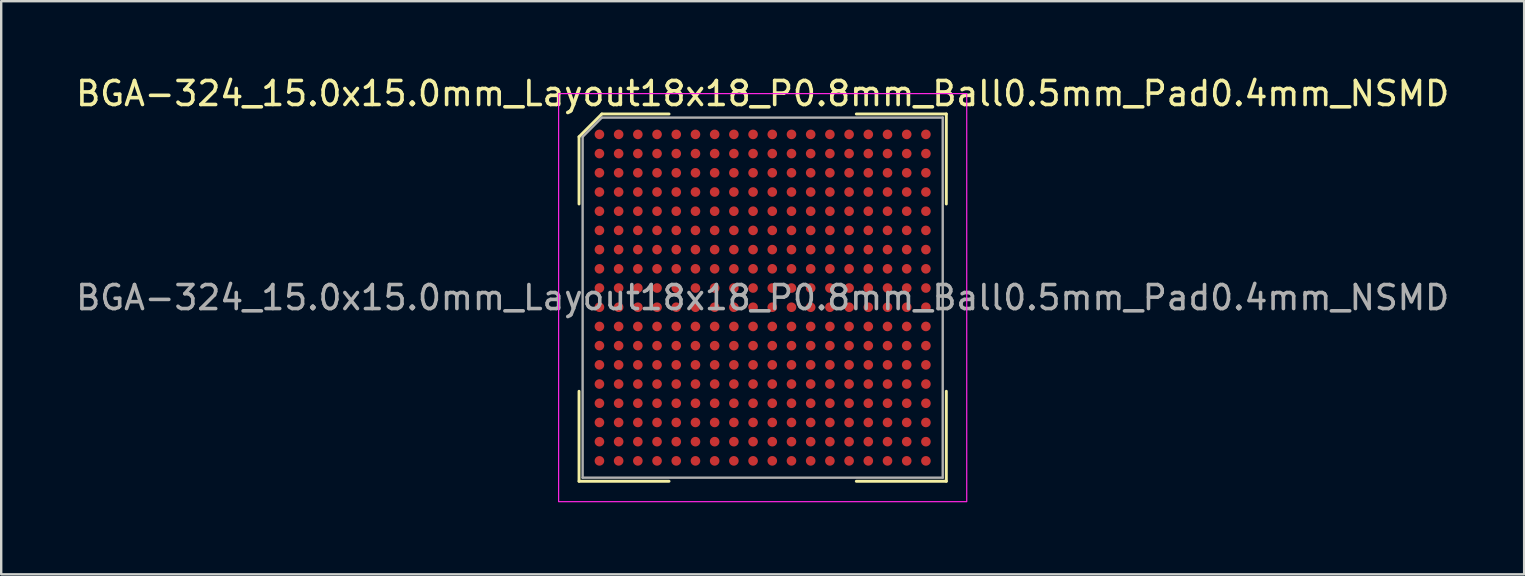
<source format=kicad_pcb>
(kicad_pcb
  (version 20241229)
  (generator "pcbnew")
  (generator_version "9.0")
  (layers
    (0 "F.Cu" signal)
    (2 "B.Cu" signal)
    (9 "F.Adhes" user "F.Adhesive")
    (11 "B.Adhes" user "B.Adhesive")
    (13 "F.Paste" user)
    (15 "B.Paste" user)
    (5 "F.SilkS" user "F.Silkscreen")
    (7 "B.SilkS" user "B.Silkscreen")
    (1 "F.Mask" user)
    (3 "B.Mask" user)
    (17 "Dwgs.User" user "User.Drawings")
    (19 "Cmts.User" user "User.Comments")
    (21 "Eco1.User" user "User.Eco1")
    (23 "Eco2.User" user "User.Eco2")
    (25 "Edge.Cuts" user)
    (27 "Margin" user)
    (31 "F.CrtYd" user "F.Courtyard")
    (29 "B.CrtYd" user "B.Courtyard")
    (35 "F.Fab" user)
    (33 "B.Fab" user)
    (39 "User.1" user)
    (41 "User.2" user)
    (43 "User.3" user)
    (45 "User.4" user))
  (footprint "BGA-324_15.0x15.0mm_Layout18x18_P0.8mm_Ball0.5mm_Pad0.4mm_NSMD"
    (layer "F.Cu")
    (at 28.72 9.348)
    (property "Reference" "BGA-324_15.0x15.0mm_Layout18x18_P0.8mm_Ball0.5mm_Pad0.4mm_NSMD" (at 0 -8.5 0) (layer "F.SilkS") (effects (font (size 1 1) (thickness 0.15))))
    (attr smd)
    (fp_line (start -7.65 -6.7) (end -7.65 -3.9) (stroke (width 0.12) (type solid)) (layer "F.SilkS"))
    (fp_line (start -7.65 7.65) (end -7.65 3.9) (stroke (width 0.12) (type solid)) (layer "F.SilkS"))
    (fp_line (start -6.7 -7.65) (end -7.65 -6.7) (stroke (width 0.12) (type solid)) (layer "F.SilkS"))
    (fp_line (start -3.9 -7.65) (end -6.7 -7.65) (stroke (width 0.12) (type solid)) (layer "F.SilkS"))
    (fp_line (start -3.9 7.65) (end -7.65 7.65) (stroke (width 0.12) (type solid)) (layer "F.SilkS"))
    (fp_line (start 3.9 -7.65) (end 7.65 -7.65) (stroke (width 0.12) (type solid)) (layer "F.SilkS"))
    (fp_line (start 3.9 7.65) (end 7.65 7.65) (stroke (width 0.12) (type solid)) (layer "F.SilkS"))
    (fp_line (start 7.65 -7.65) (end 7.65 -3.9) (stroke (width 0.12) (type solid)) (layer "F.SilkS"))
    (fp_line (start 7.65 7.65) (end 7.65 3.9) (stroke (width 0.12) (type solid)) (layer "F.SilkS"))
    (fp_rect (start 8.5 8.5) (end -8.5 -8.5) (stroke (width 0.05) (type solid)) (fill no) (layer "F.CrtYd"))
    (fp_line (start -7.5 -6.7) (end -7.5 7.5) (stroke (width 0.1) (type solid)) (layer "F.Fab"))
    (fp_line (start -7.5 7.5) (end 7.5 7.5) (stroke (width 0.1) (type solid)) (layer "F.Fab"))
    (fp_line (start -6.7 -7.5) (end -7.5 -6.7) (stroke (width 0.1) (type solid)) (layer "F.Fab"))
    (fp_line (start 7.5 -7.5) (end -6.7 -7.5) (stroke (width 0.1) (type solid)) (layer "F.Fab"))
    (fp_line (start 7.5 7.5) (end 7.5 -7.5) (stroke (width 0.1) (type solid)) (layer "F.Fab"))
    (fp_text user "${REFERENCE}" (at 0 0 0) (layer "F.Fab") (effects (font (size 1 1) (thickness 0.15))))
    (pad "A1" smd circle (at -6.8 -6.8) (size 0.4 0.4) (layers "F.Cu" "F.Mask" "F.Paste"))
    (pad "A2" smd circle (at -6 -6.8) (size 0.4 0.4) (layers "F.Cu" "F.Mask" "F.Paste"))
    (pad "A3" smd circle (at -5.2 -6.8) (size 0.4 0.4) (layers "F.Cu" "F.Mask" "F.Paste"))
    (pad "A4" smd circle (at -4.4 -6.8) (size 0.4 0.4) (layers "F.Cu" "F.Mask" "F.Paste"))
    (pad "A5" smd circle (at -3.6 -6.8) (size 0.4 0.4) (layers "F.Cu" "F.Mask" "F.Paste"))
    (pad "A6" smd circle (at -2.8 -6.8) (size 0.4 0.4) (layers "F.Cu" "F.Mask" "F.Paste"))
    (pad "A7" smd circle (at -2 -6.8) (size 0.4 0.4) (layers "F.Cu" "F.Mask" "F.Paste"))
    (pad "A8" smd circle (at -1.2 -6.8) (size 0.4 0.4) (layers "F.Cu" "F.Mask" "F.Paste"))
    (pad "A9" smd circle (at -0.4 -6.8) (size 0.4 0.4) (layers "F.Cu" "F.Mask" "F.Paste"))
    (pad "A10" smd circle (at 0.4 -6.8) (size 0.4 0.4) (layers "F.Cu" "F.Mask" "F.Paste"))
    (pad "A11" smd circle (at 1.2 -6.8) (size 0.4 0.4) (layers "F.Cu" "F.Mask" "F.Paste"))
    (pad "A12" smd circle (at 2 -6.8) (size 0.4 0.4) (layers "F.Cu" "F.Mask" "F.Paste"))
    (pad "A13" smd circle (at 2.8 -6.8) (size 0.4 0.4) (layers "F.Cu" "F.Mask" "F.Paste"))
    (pad "A14" smd circle (at 3.6 -6.8) (size 0.4 0.4) (layers "F.Cu" "F.Mask" "F.Paste"))
    (pad "A15" smd circle (at 4.4 -6.8) (size 0.4 0.4) (layers "F.Cu" "F.Mask" "F.Paste"))
    (pad "A16" smd circle (at 5.2 -6.8) (size 0.4 0.4) (layers "F.Cu" "F.Mask" "F.Paste"))
    (pad "A17" smd circle (at 6 -6.8) (size 0.4 0.4) (layers "F.Cu" "F.Mask" "F.Paste"))
    (pad "A18" smd circle (at 6.8 -6.8) (size 0.4 0.4) (layers "F.Cu" "F.Mask" "F.Paste"))
    (pad "B1" smd circle (at -6.8 -6) (size 0.4 0.4) (layers "F.Cu" "F.Mask" "F.Paste"))
    (pad "B2" smd circle (at -6 -6) (size 0.4 0.4) (layers "F.Cu" "F.Mask" "F.Paste"))
    (pad "B3" smd circle (at -5.2 -6) (size 0.4 0.4) (layers "F.Cu" "F.Mask" "F.Paste"))
    (pad "B4" smd circle (at -4.4 -6) (size 0.4 0.4) (layers "F.Cu" "F.Mask" "F.Paste"))
    (pad "B5" smd circle (at -3.6 -6) (size 0.4 0.4) (layers "F.Cu" "F.Mask" "F.Paste"))
    (pad "B6" smd circle (at -2.8 -6) (size 0.4 0.4) (layers "F.Cu" "F.Mask" "F.Paste"))
    (pad "B7" smd circle (at -2 -6) (size 0.4 0.4) (layers "F.Cu" "F.Mask" "F.Paste"))
    (pad "B8" smd circle (at -1.2 -6) (size 0.4 0.4) (layers "F.Cu" "F.Mask" "F.Paste"))
    (pad "B9" smd circle (at -0.4 -6) (size 0.4 0.4) (layers "F.Cu" "F.Mask" "F.Paste"))
    (pad "B10" smd circle (at 0.4 -6) (size 0.4 0.4) (layers "F.Cu" "F.Mask" "F.Paste"))
    (pad "B11" smd circle (at 1.2 -6) (size 0.4 0.4) (layers "F.Cu" "F.Mask" "F.Paste"))
    (pad "B12" smd circle (at 2 -6) (size 0.4 0.4) (layers "F.Cu" "F.Mask" "F.Paste"))
    (pad "B13" smd circle (at 2.8 -6) (size 0.4 0.4) (layers "F.Cu" "F.Mask" "F.Paste"))
    (pad "B14" smd circle (at 3.6 -6) (size 0.4 0.4) (layers "F.Cu" "F.Mask" "F.Paste"))
    (pad "B15" smd circle (at 4.4 -6) (size 0.4 0.4) (layers "F.Cu" "F.Mask" "F.Paste"))
    (pad "B16" smd circle (at 5.2 -6) (size 0.4 0.4) (layers "F.Cu" "F.Mask" "F.Paste"))
    (pad "B17" smd circle (at 6 -6) (size 0.4 0.4) (layers "F.Cu" "F.Mask" "F.Paste"))
    (pad "B18" smd circle (at 6.8 -6) (size 0.4 0.4) (layers "F.Cu" "F.Mask" "F.Paste"))
    (pad "C1" smd circle (at -6.8 -5.2) (size 0.4 0.4) (layers "F.Cu" "F.Mask" "F.Paste"))
    (pad "C2" smd circle (at -6 -5.2) (size 0.4 0.4) (layers "F.Cu" "F.Mask" "F.Paste"))
    (pad "C3" smd circle (at -5.2 -5.2) (size 0.4 0.4) (layers "F.Cu" "F.Mask" "F.Paste"))
    (pad "C4" smd circle (at -4.4 -5.2) (size 0.4 0.4) (layers "F.Cu" "F.Mask" "F.Paste"))
    (pad "C5" smd circle (at -3.6 -5.2) (size 0.4 0.4) (layers "F.Cu" "F.Mask" "F.Paste"))
    (pad "C6" smd circle (at -2.8 -5.2) (size 0.4 0.4) (layers "F.Cu" "F.Mask" "F.Paste"))
    (pad "C7" smd circle (at -2 -5.2) (size 0.4 0.4) (layers "F.Cu" "F.Mask" "F.Paste"))
    (pad "C8" smd circle (at -1.2 -5.2) (size 0.4 0.4) (layers "F.Cu" "F.Mask" "F.Paste"))
    (pad "C9" smd circle (at -0.4 -5.2) (size 0.4 0.4) (layers "F.Cu" "F.Mask" "F.Paste"))
    (pad "C10" smd circle (at 0.4 -5.2) (size 0.4 0.4) (layers "F.Cu" "F.Mask" "F.Paste"))
    (pad "C11" smd circle (at 1.2 -5.2) (size 0.4 0.4) (layers "F.Cu" "F.Mask" "F.Paste"))
    (pad "C12" smd circle (at 2 -5.2) (size 0.4 0.4) (layers "F.Cu" "F.Mask" "F.Paste"))
    (pad "C13" smd circle (at 2.8 -5.2) (size 0.4 0.4) (layers "F.Cu" "F.Mask" "F.Paste"))
    (pad "C14" smd circle (at 3.6 -5.2) (size 0.4 0.4) (layers "F.Cu" "F.Mask" "F.Paste"))
    (pad "C15" smd circle (at 4.4 -5.2) (size 0.4 0.4) (layers "F.Cu" "F.Mask" "F.Paste"))
    (pad "C16" smd circle (at 5.2 -5.2) (size 0.4 0.4) (layers "F.Cu" "F.Mask" "F.Paste"))
    (pad "C17" smd circle (at 6 -5.2) (size 0.4 0.4) (layers "F.Cu" "F.Mask" "F.Paste"))
    (pad "C18" smd circle (at 6.8 -5.2) (size 0.4 0.4) (layers "F.Cu" "F.Mask" "F.Paste"))
    (pad "D1" smd circle (at -6.8 -4.4) (size 0.4 0.4) (layers "F.Cu" "F.Mask" "F.Paste"))
    (pad "D2" smd circle (at -6 -4.4) (size 0.4 0.4) (layers "F.Cu" "F.Mask" "F.Paste"))
    (pad "D3" smd circle (at -5.2 -4.4) (size 0.4 0.4) (layers "F.Cu" "F.Mask" "F.Paste"))
    (pad "D4" smd circle (at -4.4 -4.4) (size 0.4 0.4) (layers "F.Cu" "F.Mask" "F.Paste"))
    (pad "D5" smd circle (at -3.6 -4.4) (size 0.4 0.4) (layers "F.Cu" "F.Mask" "F.Paste"))
    (pad "D6" smd circle (at -2.8 -4.4) (size 0.4 0.4) (layers "F.Cu" "F.Mask" "F.Paste"))
    (pad "D7" smd circle (at -2 -4.4) (size 0.4 0.4) (layers "F.Cu" "F.Mask" "F.Paste"))
    (pad "D8" smd circle (at -1.2 -4.4) (size 0.4 0.4) (layers "F.Cu" "F.Mask" "F.Paste"))
    (pad "D9" smd circle (at -0.4 -4.4) (size 0.4 0.4) (layers "F.Cu" "F.Mask" "F.Paste"))
    (pad "D10" smd circle (at 0.4 -4.4) (size 0.4 0.4) (layers "F.Cu" "F.Mask" "F.Paste"))
    (pad "D11" smd circle (at 1.2 -4.4) (size 0.4 0.4) (layers "F.Cu" "F.Mask" "F.Paste"))
    (pad "D12" smd circle (at 2 -4.4) (size 0.4 0.4) (layers "F.Cu" "F.Mask" "F.Paste"))
    (pad "D13" smd circle (at 2.8 -4.4) (size 0.4 0.4) (layers "F.Cu" "F.Mask" "F.Paste"))
    (pad "D14" smd circle (at 3.6 -4.4) (size 0.4 0.4) (layers "F.Cu" "F.Mask" "F.Paste"))
    (pad "D15" smd circle (at 4.4 -4.4) (size 0.4 0.4) (layers "F.Cu" "F.Mask" "F.Paste"))
    (pad "D16" smd circle (at 5.2 -4.4) (size 0.4 0.4) (layers "F.Cu" "F.Mask" "F.Paste"))
    (pad "D17" smd circle (at 6 -4.4) (size 0.4 0.4) (layers "F.Cu" "F.Mask" "F.Paste"))
    (pad "D18" smd circle (at 6.8 -4.4) (size 0.4 0.4) (layers "F.Cu" "F.Mask" "F.Paste"))
    (pad "E1" smd circle (at -6.8 -3.6) (size 0.4 0.4) (layers "F.Cu" "F.Mask" "F.Paste"))
    (pad "E2" smd circle (at -6 -3.6) (size 0.4 0.4) (layers "F.Cu" "F.Mask" "F.Paste"))
    (pad "E3" smd circle (at -5.2 -3.6) (size 0.4 0.4) (layers "F.Cu" "F.Mask" "F.Paste"))
    (pad "E4" smd circle (at -4.4 -3.6) (size 0.4 0.4) (layers "F.Cu" "F.Mask" "F.Paste"))
    (pad "E5" smd circle (at -3.6 -3.6) (size 0.4 0.4) (layers "F.Cu" "F.Mask" "F.Paste"))
    (pad "E6" smd circle (at -2.8 -3.6) (size 0.4 0.4) (layers "F.Cu" "F.Mask" "F.Paste"))
    (pad "E7" smd circle (at -2 -3.6) (size 0.4 0.4) (layers "F.Cu" "F.Mask" "F.Paste"))
    (pad "E8" smd circle (at -1.2 -3.6) (size 0.4 0.4) (layers "F.Cu" "F.Mask" "F.Paste"))
    (pad "E9" smd circle (at -0.4 -3.6) (size 0.4 0.4) (layers "F.Cu" "F.Mask" "F.Paste"))
    (pad "E10" smd circle (at 0.4 -3.6) (size 0.4 0.4) (layers "F.Cu" "F.Mask" "F.Paste"))
    (pad "E11" smd circle (at 1.2 -3.6) (size 0.4 0.4) (layers "F.Cu" "F.Mask" "F.Paste"))
    (pad "E12" smd circle (at 2 -3.6) (size 0.4 0.4) (layers "F.Cu" "F.Mask" "F.Paste"))
    (pad "E13" smd circle (at 2.8 -3.6) (size 0.4 0.4) (layers "F.Cu" "F.Mask" "F.Paste"))
    (pad "E14" smd circle (at 3.6 -3.6) (size 0.4 0.4) (layers "F.Cu" "F.Mask" "F.Paste"))
    (pad "E15" smd circle (at 4.4 -3.6) (size 0.4 0.4) (layers "F.Cu" "F.Mask" "F.Paste"))
    (pad "E16" smd circle (at 5.2 -3.6) (size 0.4 0.4) (layers "F.Cu" "F.Mask" "F.Paste"))
    (pad "E17" smd circle (at 6 -3.6) (size 0.4 0.4) (layers "F.Cu" "F.Mask" "F.Paste"))
    (pad "E18" smd circle (at 6.8 -3.6) (size 0.4 0.4) (layers "F.Cu" "F.Mask" "F.Paste"))
    (pad "F1" smd circle (at -6.8 -2.8) (size 0.4 0.4) (layers "F.Cu" "F.Mask" "F.Paste"))
    (pad "F2" smd circle (at -6 -2.8) (size 0.4 0.4) (layers "F.Cu" "F.Mask" "F.Paste"))
    (pad "F3" smd circle (at -5.2 -2.8) (size 0.4 0.4) (layers "F.Cu" "F.Mask" "F.Paste"))
    (pad "F4" smd circle (at -4.4 -2.8) (size 0.4 0.4) (layers "F.Cu" "F.Mask" "F.Paste"))
    (pad "F5" smd circle (at -3.6 -2.8) (size 0.4 0.4) (layers "F.Cu" "F.Mask" "F.Paste"))
    (pad "F6" smd circle (at -2.8 -2.8) (size 0.4 0.4) (layers "F.Cu" "F.Mask" "F.Paste"))
    (pad "F7" smd circle (at -2 -2.8) (size 0.4 0.4) (layers "F.Cu" "F.Mask" "F.Paste"))
    (pad "F8" smd circle (at -1.2 -2.8) (size 0.4 0.4) (layers "F.Cu" "F.Mask" "F.Paste"))
    (pad "F9" smd circle (at -0.4 -2.8) (size 0.4 0.4) (layers "F.Cu" "F.Mask" "F.Paste"))
    (pad "F10" smd circle (at 0.4 -2.8) (size 0.4 0.4) (layers "F.Cu" "F.Mask" "F.Paste"))
    (pad "F11" smd circle (at 1.2 -2.8) (size 0.4 0.4) (layers "F.Cu" "F.Mask" "F.Paste"))
    (pad "F12" smd circle (at 2 -2.8) (size 0.4 0.4) (layers "F.Cu" "F.Mask" "F.Paste"))
    (pad "F13" smd circle (at 2.8 -2.8) (size 0.4 0.4) (layers "F.Cu" "F.Mask" "F.Paste"))
    (pad "F14" smd circle (at 3.6 -2.8) (size 0.4 0.4) (layers "F.Cu" "F.Mask" "F.Paste"))
    (pad "F15" smd circle (at 4.4 -2.8) (size 0.4 0.4) (layers "F.Cu" "F.Mask" "F.Paste"))
    (pad "F16" smd circle (at 5.2 -2.8) (size 0.4 0.4) (layers "F.Cu" "F.Mask" "F.Paste"))
    (pad "F17" smd circle (at 6 -2.8) (size 0.4 0.4) (layers "F.Cu" "F.Mask" "F.Paste"))
    (pad "F18" smd circle (at 6.8 -2.8) (size 0.4 0.4) (layers "F.Cu" "F.Mask" "F.Paste"))
    (pad "G1" smd circle (at -6.8 -2) (size 0.4 0.4) (layers "F.Cu" "F.Mask" "F.Paste"))
    (pad "G2" smd circle (at -6 -2) (size 0.4 0.4) (layers "F.Cu" "F.Mask" "F.Paste"))
    (pad "G3" smd circle (at -5.2 -2) (size 0.4 0.4) (layers "F.Cu" "F.Mask" "F.Paste"))
    (pad "G4" smd circle (at -4.4 -2) (size 0.4 0.4) (layers "F.Cu" "F.Mask" "F.Paste"))
    (pad "G5" smd circle (at -3.6 -2) (size 0.4 0.4) (layers "F.Cu" "F.Mask" "F.Paste"))
    (pad "G6" smd circle (at -2.8 -2) (size 0.4 0.4) (layers "F.Cu" "F.Mask" "F.Paste"))
    (pad "G7" smd circle (at -2 -2) (size 0.4 0.4) (layers "F.Cu" "F.Mask" "F.Paste"))
    (pad "G8" smd circle (at -1.2 -2) (size 0.4 0.4) (layers "F.Cu" "F.Mask" "F.Paste"))
    (pad "G9" smd circle (at -0.4 -2) (size 0.4 0.4) (layers "F.Cu" "F.Mask" "F.Paste"))
    (pad "G10" smd circle (at 0.4 -2) (size 0.4 0.4) (layers "F.Cu" "F.Mask" "F.Paste"))
    (pad "G11" smd circle (at 1.2 -2) (size 0.4 0.4) (layers "F.Cu" "F.Mask" "F.Paste"))
    (pad "G12" smd circle (at 2 -2) (size 0.4 0.4) (layers "F.Cu" "F.Mask" "F.Paste"))
    (pad "G13" smd circle (at 2.8 -2) (size 0.4 0.4) (layers "F.Cu" "F.Mask" "F.Paste"))
    (pad "G14" smd circle (at 3.6 -2) (size 0.4 0.4) (layers "F.Cu" "F.Mask" "F.Paste"))
    (pad "G15" smd circle (at 4.4 -2) (size 0.4 0.4) (layers "F.Cu" "F.Mask" "F.Paste"))
    (pad "G16" smd circle (at 5.2 -2) (size 0.4 0.4) (layers "F.Cu" "F.Mask" "F.Paste"))
    (pad "G17" smd circle (at 6 -2) (size 0.4 0.4) (layers "F.Cu" "F.Mask" "F.Paste"))
    (pad "G18" smd circle (at 6.8 -2) (size 0.4 0.4) (layers "F.Cu" "F.Mask" "F.Paste"))
    (pad "H1" smd circle (at -6.8 -1.2) (size 0.4 0.4) (layers "F.Cu" "F.Mask" "F.Paste"))
    (pad "H2" smd circle (at -6 -1.2) (size 0.4 0.4) (layers "F.Cu" "F.Mask" "F.Paste"))
    (pad "H3" smd circle (at -5.2 -1.2) (size 0.4 0.4) (layers "F.Cu" "F.Mask" "F.Paste"))
    (pad "H4" smd circle (at -4.4 -1.2) (size 0.4 0.4) (layers "F.Cu" "F.Mask" "F.Paste"))
    (pad "H5" smd circle (at -3.6 -1.2) (size 0.4 0.4) (layers "F.Cu" "F.Mask" "F.Paste"))
    (pad "H6" smd circle (at -2.8 -1.2) (size 0.4 0.4) (layers "F.Cu" "F.Mask" "F.Paste"))
    (pad "H7" smd circle (at -2 -1.2) (size 0.4 0.4) (layers "F.Cu" "F.Mask" "F.Paste"))
    (pad "H8" smd circle (at -1.2 -1.2) (size 0.4 0.4) (layers "F.Cu" "F.Mask" "F.Paste"))
    (pad "H9" smd circle (at -0.4 -1.2) (size 0.4 0.4) (layers "F.Cu" "F.Mask" "F.Paste"))
    (pad "H10" smd circle (at 0.4 -1.2) (size 0.4 0.4) (layers "F.Cu" "F.Mask" "F.Paste"))
    (pad "H11" smd circle (at 1.2 -1.2) (size 0.4 0.4) (layers "F.Cu" "F.Mask" "F.Paste"))
    (pad "H12" smd circle (at 2 -1.2) (size 0.4 0.4) (layers "F.Cu" "F.Mask" "F.Paste"))
    (pad "H13" smd circle (at 2.8 -1.2) (size 0.4 0.4) (layers "F.Cu" "F.Mask" "F.Paste"))
    (pad "H14" smd circle (at 3.6 -1.2) (size 0.4 0.4) (layers "F.Cu" "F.Mask" "F.Paste"))
    (pad "H15" smd circle (at 4.4 -1.2) (size 0.4 0.4) (layers "F.Cu" "F.Mask" "F.Paste"))
    (pad "H16" smd circle (at 5.2 -1.2) (size 0.4 0.4) (layers "F.Cu" "F.Mask" "F.Paste"))
    (pad "H17" smd circle (at 6 -1.2) (size 0.4 0.4) (layers "F.Cu" "F.Mask" "F.Paste"))
    (pad "H18" smd circle (at 6.8 -1.2) (size 0.4 0.4) (layers "F.Cu" "F.Mask" "F.Paste"))
    (pad "J1" smd circle (at -6.8 -0.4) (size 0.4 0.4) (layers "F.Cu" "F.Mask" "F.Paste"))
    (pad "J2" smd circle (at -6 -0.4) (size 0.4 0.4) (layers "F.Cu" "F.Mask" "F.Paste"))
    (pad "J3" smd circle (at -5.2 -0.4) (size 0.4 0.4) (layers "F.Cu" "F.Mask" "F.Paste"))
    (pad "J4" smd circle (at -4.4 -0.4) (size 0.4 0.4) (layers "F.Cu" "F.Mask" "F.Paste"))
    (pad "J5" smd circle (at -3.6 -0.4) (size 0.4 0.4) (layers "F.Cu" "F.Mask" "F.Paste"))
    (pad "J6" smd circle (at -2.8 -0.4) (size 0.4 0.4) (layers "F.Cu" "F.Mask" "F.Paste"))
    (pad "J7" smd circle (at -2 -0.4) (size 0.4 0.4) (layers "F.Cu" "F.Mask" "F.Paste"))
    (pad "J8" smd circle (at -1.2 -0.4) (size 0.4 0.4) (layers "F.Cu" "F.Mask" "F.Paste"))
    (pad "J9" smd circle (at -0.4 -0.4) (size 0.4 0.4) (layers "F.Cu" "F.Mask" "F.Paste"))
    (pad "J10" smd circle (at 0.4 -0.4) (size 0.4 0.4) (layers "F.Cu" "F.Mask" "F.Paste"))
    (pad "J11" smd circle (at 1.2 -0.4) (size 0.4 0.4) (layers "F.Cu" "F.Mask" "F.Paste"))
    (pad "J12" smd circle (at 2 -0.4) (size 0.4 0.4) (layers "F.Cu" "F.Mask" "F.Paste"))
    (pad "J13" smd circle (at 2.8 -0.4) (size 0.4 0.4) (layers "F.Cu" "F.Mask" "F.Paste"))
    (pad "J14" smd circle (at 3.6 -0.4) (size 0.4 0.4) (layers "F.Cu" "F.Mask" "F.Paste"))
    (pad "J15" smd circle (at 4.4 -0.4) (size 0.4 0.4) (layers "F.Cu" "F.Mask" "F.Paste"))
    (pad "J16" smd circle (at 5.2 -0.4) (size 0.4 0.4) (layers "F.Cu" "F.Mask" "F.Paste"))
    (pad "J17" smd circle (at 6 -0.4) (size 0.4 0.4) (layers "F.Cu" "F.Mask" "F.Paste"))
    (pad "J18" smd circle (at 6.8 -0.4) (size 0.4 0.4) (layers "F.Cu" "F.Mask" "F.Paste"))
    (pad "K1" smd circle (at -6.8 0.4) (size 0.4 0.4) (layers "F.Cu" "F.Mask" "F.Paste"))
    (pad "K2" smd circle (at -6 0.4) (size 0.4 0.4) (layers "F.Cu" "F.Mask" "F.Paste"))
    (pad "K3" smd circle (at -5.2 0.4) (size 0.4 0.4) (layers "F.Cu" "F.Mask" "F.Paste"))
    (pad "K4" smd circle (at -4.4 0.4) (size 0.4 0.4) (layers "F.Cu" "F.Mask" "F.Paste"))
    (pad "K5" smd circle (at -3.6 0.4) (size 0.4 0.4) (layers "F.Cu" "F.Mask" "F.Paste"))
    (pad "K6" smd circle (at -2.8 0.4) (size 0.4 0.4) (layers "F.Cu" "F.Mask" "F.Paste"))
    (pad "K7" smd circle (at -2 0.4) (size 0.4 0.4) (layers "F.Cu" "F.Mask" "F.Paste"))
    (pad "K8" smd circle (at -1.2 0.4) (size 0.4 0.4) (layers "F.Cu" "F.Mask" "F.Paste"))
    (pad "K9" smd circle (at -0.4 0.4) (size 0.4 0.4) (layers "F.Cu" "F.Mask" "F.Paste"))
    (pad "K10" smd circle (at 0.4 0.4) (size 0.4 0.4) (layers "F.Cu" "F.Mask" "F.Paste"))
    (pad "K11" smd circle (at 1.2 0.4) (size 0.4 0.4) (layers "F.Cu" "F.Mask" "F.Paste"))
    (pad "K12" smd circle (at 2 0.4) (size 0.4 0.4) (layers "F.Cu" "F.Mask" "F.Paste"))
    (pad "K13" smd circle (at 2.8 0.4) (size 0.4 0.4) (layers "F.Cu" "F.Mask" "F.Paste"))
    (pad "K14" smd circle (at 3.6 0.4) (size 0.4 0.4) (layers "F.Cu" "F.Mask" "F.Paste"))
    (pad "K15" smd circle (at 4.4 0.4) (size 0.4 0.4) (layers "F.Cu" "F.Mask" "F.Paste"))
    (pad "K16" smd circle (at 5.2 0.4) (size 0.4 0.4) (layers "F.Cu" "F.Mask" "F.Paste"))
    (pad "K17" smd circle (at 6 0.4) (size 0.4 0.4) (layers "F.Cu" "F.Mask" "F.Paste"))
    (pad "K18" smd circle (at 6.8 0.4) (size 0.4 0.4) (layers "F.Cu" "F.Mask" "F.Paste"))
    (pad "L1" smd circle (at -6.8 1.2) (size 0.4 0.4) (layers "F.Cu" "F.Mask" "F.Paste"))
    (pad "L2" smd circle (at -6 1.2) (size 0.4 0.4) (layers "F.Cu" "F.Mask" "F.Paste"))
    (pad "L3" smd circle (at -5.2 1.2) (size 0.4 0.4) (layers "F.Cu" "F.Mask" "F.Paste"))
    (pad "L4" smd circle (at -4.4 1.2) (size 0.4 0.4) (layers "F.Cu" "F.Mask" "F.Paste"))
    (pad "L5" smd circle (at -3.6 1.2) (size 0.4 0.4) (layers "F.Cu" "F.Mask" "F.Paste"))
    (pad "L6" smd circle (at -2.8 1.2) (size 0.4 0.4) (layers "F.Cu" "F.Mask" "F.Paste"))
    (pad "L7" smd circle (at -2 1.2) (size 0.4 0.4) (layers "F.Cu" "F.Mask" "F.Paste"))
    (pad "L8" smd circle (at -1.2 1.2) (size 0.4 0.4) (layers "F.Cu" "F.Mask" "F.Paste"))
    (pad "L9" smd circle (at -0.4 1.2) (size 0.4 0.4) (layers "F.Cu" "F.Mask" "F.Paste"))
    (pad "L10" smd circle (at 0.4 1.2) (size 0.4 0.4) (layers "F.Cu" "F.Mask" "F.Paste"))
    (pad "L11" smd circle (at 1.2 1.2) (size 0.4 0.4) (layers "F.Cu" "F.Mask" "F.Paste"))
    (pad "L12" smd circle (at 2 1.2) (size 0.4 0.4) (layers "F.Cu" "F.Mask" "F.Paste"))
    (pad "L13" smd circle (at 2.8 1.2) (size 0.4 0.4) (layers "F.Cu" "F.Mask" "F.Paste"))
    (pad "L14" smd circle (at 3.6 1.2) (size 0.4 0.4) (layers "F.Cu" "F.Mask" "F.Paste"))
    (pad "L15" smd circle (at 4.4 1.2) (size 0.4 0.4) (layers "F.Cu" "F.Mask" "F.Paste"))
    (pad "L16" smd circle (at 5.2 1.2) (size 0.4 0.4) (layers "F.Cu" "F.Mask" "F.Paste"))
    (pad "L17" smd circle (at 6 1.2) (size 0.4 0.4) (layers "F.Cu" "F.Mask" "F.Paste"))
    (pad "L18" smd circle (at 6.8 1.2) (size 0.4 0.4) (layers "F.Cu" "F.Mask" "F.Paste"))
    (pad "M1" smd circle (at -6.8 2) (size 0.4 0.4) (layers "F.Cu" "F.Mask" "F.Paste"))
    (pad "M2" smd circle (at -6 2) (size 0.4 0.4) (layers "F.Cu" "F.Mask" "F.Paste"))
    (pad "M3" smd circle (at -5.2 2) (size 0.4 0.4) (layers "F.Cu" "F.Mask" "F.Paste"))
    (pad "M4" smd circle (at -4.4 2) (size 0.4 0.4) (layers "F.Cu" "F.Mask" "F.Paste"))
    (pad "M5" smd circle (at -3.6 2) (size 0.4 0.4) (layers "F.Cu" "F.Mask" "F.Paste"))
    (pad "M6" smd circle (at -2.8 2) (size 0.4 0.4) (layers "F.Cu" "F.Mask" "F.Paste"))
    (pad "M7" smd circle (at -2 2) (size 0.4 0.4) (layers "F.Cu" "F.Mask" "F.Paste"))
    (pad "M8" smd circle (at -1.2 2) (size 0.4 0.4) (layers "F.Cu" "F.Mask" "F.Paste"))
    (pad "M9" smd circle (at -0.4 2) (size 0.4 0.4) (layers "F.Cu" "F.Mask" "F.Paste"))
    (pad "M10" smd circle (at 0.4 2) (size 0.4 0.4) (layers "F.Cu" "F.Mask" "F.Paste"))
    (pad "M11" smd circle (at 1.2 2) (size 0.4 0.4) (layers "F.Cu" "F.Mask" "F.Paste"))
    (pad "M12" smd circle (at 2 2) (size 0.4 0.4) (layers "F.Cu" "F.Mask" "F.Paste"))
    (pad "M13" smd circle (at 2.8 2) (size 0.4 0.4) (layers "F.Cu" "F.Mask" "F.Paste"))
    (pad "M14" smd circle (at 3.6 2) (size 0.4 0.4) (layers "F.Cu" "F.Mask" "F.Paste"))
    (pad "M15" smd circle (at 4.4 2) (size 0.4 0.4) (layers "F.Cu" "F.Mask" "F.Paste"))
    (pad "M16" smd circle (at 5.2 2) (size 0.4 0.4) (layers "F.Cu" "F.Mask" "F.Paste"))
    (pad "M17" smd circle (at 6 2) (size 0.4 0.4) (layers "F.Cu" "F.Mask" "F.Paste"))
    (pad "M18" smd circle (at 6.8 2) (size 0.4 0.4) (layers "F.Cu" "F.Mask" "F.Paste"))
    (pad "N1" smd circle (at -6.8 2.8) (size 0.4 0.4) (layers "F.Cu" "F.Mask" "F.Paste"))
    (pad "N2" smd circle (at -6 2.8) (size 0.4 0.4) (layers "F.Cu" "F.Mask" "F.Paste"))
    (pad "N3" smd circle (at -5.2 2.8) (size 0.4 0.4) (layers "F.Cu" "F.Mask" "F.Paste"))
    (pad "N4" smd circle (at -4.4 2.8) (size 0.4 0.4) (layers "F.Cu" "F.Mask" "F.Paste"))
    (pad "N5" smd circle (at -3.6 2.8) (size 0.4 0.4) (layers "F.Cu" "F.Mask" "F.Paste"))
    (pad "N6" smd circle (at -2.8 2.8) (size 0.4 0.4) (layers "F.Cu" "F.Mask" "F.Paste"))
    (pad "N7" smd circle (at -2 2.8) (size 0.4 0.4) (layers "F.Cu" "F.Mask" "F.Paste"))
    (pad "N8" smd circle (at -1.2 2.8) (size 0.4 0.4) (layers "F.Cu" "F.Mask" "F.Paste"))
    (pad "N9" smd circle (at -0.4 2.8) (size 0.4 0.4) (layers "F.Cu" "F.Mask" "F.Paste"))
    (pad "N10" smd circle (at 0.4 2.8) (size 0.4 0.4) (layers "F.Cu" "F.Mask" "F.Paste"))
    (pad "N11" smd circle (at 1.2 2.8) (size 0.4 0.4) (layers "F.Cu" "F.Mask" "F.Paste"))
    (pad "N12" smd circle (at 2 2.8) (size 0.4 0.4) (layers "F.Cu" "F.Mask" "F.Paste"))
    (pad "N13" smd circle (at 2.8 2.8) (size 0.4 0.4) (layers "F.Cu" "F.Mask" "F.Paste"))
    (pad "N14" smd circle (at 3.6 2.8) (size 0.4 0.4) (layers "F.Cu" "F.Mask" "F.Paste"))
    (pad "N15" smd circle (at 4.4 2.8) (size 0.4 0.4) (layers "F.Cu" "F.Mask" "F.Paste"))
    (pad "N16" smd circle (at 5.2 2.8) (size 0.4 0.4) (layers "F.Cu" "F.Mask" "F.Paste"))
    (pad "N17" smd circle (at 6 2.8) (size 0.4 0.4) (layers "F.Cu" "F.Mask" "F.Paste"))
    (pad "N18" smd circle (at 6.8 2.8) (size 0.4 0.4) (layers "F.Cu" "F.Mask" "F.Paste"))
    (pad "P1" smd circle (at -6.8 3.6) (size 0.4 0.4) (layers "F.Cu" "F.Mask" "F.Paste"))
    (pad "P2" smd circle (at -6 3.6) (size 0.4 0.4) (layers "F.Cu" "F.Mask" "F.Paste"))
    (pad "P3" smd circle (at -5.2 3.6) (size 0.4 0.4) (layers "F.Cu" "F.Mask" "F.Paste"))
    (pad "P4" smd circle (at -4.4 3.6) (size 0.4 0.4) (layers "F.Cu" "F.Mask" "F.Paste"))
    (pad "P5" smd circle (at -3.6 3.6) (size 0.4 0.4) (layers "F.Cu" "F.Mask" "F.Paste"))
    (pad "P6" smd circle (at -2.8 3.6) (size 0.4 0.4) (layers "F.Cu" "F.Mask" "F.Paste"))
    (pad "P7" smd circle (at -2 3.6) (size 0.4 0.4) (layers "F.Cu" "F.Mask" "F.Paste"))
    (pad "P8" smd circle (at -1.2 3.6) (size 0.4 0.4) (layers "F.Cu" "F.Mask" "F.Paste"))
    (pad "P9" smd circle (at -0.4 3.6) (size 0.4 0.4) (layers "F.Cu" "F.Mask" "F.Paste"))
    (pad "P10" smd circle (at 0.4 3.6) (size 0.4 0.4) (layers "F.Cu" "F.Mask" "F.Paste"))
    (pad "P11" smd circle (at 1.2 3.6) (size 0.4 0.4) (layers "F.Cu" "F.Mask" "F.Paste"))
    (pad "P12" smd circle (at 2 3.6) (size 0.4 0.4) (layers "F.Cu" "F.Mask" "F.Paste"))
    (pad "P13" smd circle (at 2.8 3.6) (size 0.4 0.4) (layers "F.Cu" "F.Mask" "F.Paste"))
    (pad "P14" smd circle (at 3.6 3.6) (size 0.4 0.4) (layers "F.Cu" "F.Mask" "F.Paste"))
    (pad "P15" smd circle (at 4.4 3.6) (size 0.4 0.4) (layers "F.Cu" "F.Mask" "F.Paste"))
    (pad "P16" smd circle (at 5.2 3.6) (size 0.4 0.4) (layers "F.Cu" "F.Mask" "F.Paste"))
    (pad "P17" smd circle (at 6 3.6) (size 0.4 0.4) (layers "F.Cu" "F.Mask" "F.Paste"))
    (pad "P18" smd circle (at 6.8 3.6) (size 0.4 0.4) (layers "F.Cu" "F.Mask" "F.Paste"))
    (pad "R1" smd circle (at -6.8 4.4) (size 0.4 0.4) (layers "F.Cu" "F.Mask" "F.Paste"))
    (pad "R2" smd circle (at -6 4.4) (size 0.4 0.4) (layers "F.Cu" "F.Mask" "F.Paste"))
    (pad "R3" smd circle (at -5.2 4.4) (size 0.4 0.4) (layers "F.Cu" "F.Mask" "F.Paste"))
    (pad "R4" smd circle (at -4.4 4.4) (size 0.4 0.4) (layers "F.Cu" "F.Mask" "F.Paste"))
    (pad "R5" smd circle (at -3.6 4.4) (size 0.4 0.4) (layers "F.Cu" "F.Mask" "F.Paste"))
    (pad "R6" smd circle (at -2.8 4.4) (size 0.4 0.4) (layers "F.Cu" "F.Mask" "F.Paste"))
    (pad "R7" smd circle (at -2 4.4) (size 0.4 0.4) (layers "F.Cu" "F.Mask" "F.Paste"))
    (pad "R8" smd circle (at -1.2 4.4) (size 0.4 0.4) (layers "F.Cu" "F.Mask" "F.Paste"))
    (pad "R9" smd circle (at -0.4 4.4) (size 0.4 0.4) (layers "F.Cu" "F.Mask" "F.Paste"))
    (pad "R10" smd circle (at 0.4 4.4) (size 0.4 0.4) (layers "F.Cu" "F.Mask" "F.Paste"))
    (pad "R11" smd circle (at 1.2 4.4) (size 0.4 0.4) (layers "F.Cu" "F.Mask" "F.Paste"))
    (pad "R12" smd circle (at 2 4.4) (size 0.4 0.4) (layers "F.Cu" "F.Mask" "F.Paste"))
    (pad "R13" smd circle (at 2.8 4.4) (size 0.4 0.4) (layers "F.Cu" "F.Mask" "F.Paste"))
    (pad "R14" smd circle (at 3.6 4.4) (size 0.4 0.4) (layers "F.Cu" "F.Mask" "F.Paste"))
    (pad "R15" smd circle (at 4.4 4.4) (size 0.4 0.4) (layers "F.Cu" "F.Mask" "F.Paste"))
    (pad "R16" smd circle (at 5.2 4.4) (size 0.4 0.4) (layers "F.Cu" "F.Mask" "F.Paste"))
    (pad "R17" smd circle (at 6 4.4) (size 0.4 0.4) (layers "F.Cu" "F.Mask" "F.Paste"))
    (pad "R18" smd circle (at 6.8 4.4) (size 0.4 0.4) (layers "F.Cu" "F.Mask" "F.Paste"))
    (pad "T1" smd circle (at -6.8 5.2) (size 0.4 0.4) (layers "F.Cu" "F.Mask" "F.Paste"))
    (pad "T2" smd circle (at -6 5.2) (size 0.4 0.4) (layers "F.Cu" "F.Mask" "F.Paste"))
    (pad "T3" smd circle (at -5.2 5.2) (size 0.4 0.4) (layers "F.Cu" "F.Mask" "F.Paste"))
    (pad "T4" smd circle (at -4.4 5.2) (size 0.4 0.4) (layers "F.Cu" "F.Mask" "F.Paste"))
    (pad "T5" smd circle (at -3.6 5.2) (size 0.4 0.4) (layers "F.Cu" "F.Mask" "F.Paste"))
    (pad "T6" smd circle (at -2.8 5.2) (size 0.4 0.4) (layers "F.Cu" "F.Mask" "F.Paste"))
    (pad "T7" smd circle (at -2 5.2) (size 0.4 0.4) (layers "F.Cu" "F.Mask" "F.Paste"))
    (pad "T8" smd circle (at -1.2 5.2) (size 0.4 0.4) (layers "F.Cu" "F.Mask" "F.Paste"))
    (pad "T9" smd circle (at -0.4 5.2) (size 0.4 0.4) (layers "F.Cu" "F.Mask" "F.Paste"))
    (pad "T10" smd circle (at 0.4 5.2) (size 0.4 0.4) (layers "F.Cu" "F.Mask" "F.Paste"))
    (pad "T11" smd circle (at 1.2 5.2) (size 0.4 0.4) (layers "F.Cu" "F.Mask" "F.Paste"))
    (pad "T12" smd circle (at 2 5.2) (size 0.4 0.4) (layers "F.Cu" "F.Mask" "F.Paste"))
    (pad "T13" smd circle (at 2.8 5.2) (size 0.4 0.4) (layers "F.Cu" "F.Mask" "F.Paste"))
    (pad "T14" smd circle (at 3.6 5.2) (size 0.4 0.4) (layers "F.Cu" "F.Mask" "F.Paste"))
    (pad "T15" smd circle (at 4.4 5.2) (size 0.4 0.4) (layers "F.Cu" "F.Mask" "F.Paste"))
    (pad "T16" smd circle (at 5.2 5.2) (size 0.4 0.4) (layers "F.Cu" "F.Mask" "F.Paste"))
    (pad "T17" smd circle (at 6 5.2) (size 0.4 0.4) (layers "F.Cu" "F.Mask" "F.Paste"))
    (pad "T18" smd circle (at 6.8 5.2) (size 0.4 0.4) (layers "F.Cu" "F.Mask" "F.Paste"))
    (pad "U1" smd circle (at -6.8 6) (size 0.4 0.4) (layers "F.Cu" "F.Mask" "F.Paste"))
    (pad "U2" smd circle (at -6 6) (size 0.4 0.4) (layers "F.Cu" "F.Mask" "F.Paste"))
    (pad "U3" smd circle (at -5.2 6) (size 0.4 0.4) (layers "F.Cu" "F.Mask" "F.Paste"))
    (pad "U4" smd circle (at -4.4 6) (size 0.4 0.4) (layers "F.Cu" "F.Mask" "F.Paste"))
    (pad "U5" smd circle (at -3.6 6) (size 0.4 0.4) (layers "F.Cu" "F.Mask" "F.Paste"))
    (pad "U6" smd circle (at -2.8 6) (size 0.4 0.4) (layers "F.Cu" "F.Mask" "F.Paste"))
    (pad "U7" smd circle (at -2 6) (size 0.4 0.4) (layers "F.Cu" "F.Mask" "F.Paste"))
    (pad "U8" smd circle (at -1.2 6) (size 0.4 0.4) (layers "F.Cu" "F.Mask" "F.Paste"))
    (pad "U9" smd circle (at -0.4 6) (size 0.4 0.4) (layers "F.Cu" "F.Mask" "F.Paste"))
    (pad "U10" smd circle (at 0.4 6) (size 0.4 0.4) (layers "F.Cu" "F.Mask" "F.Paste"))
    (pad "U11" smd circle (at 1.2 6) (size 0.4 0.4) (layers "F.Cu" "F.Mask" "F.Paste"))
    (pad "U12" smd circle (at 2 6) (size 0.4 0.4) (layers "F.Cu" "F.Mask" "F.Paste"))
    (pad "U13" smd circle (at 2.8 6) (size 0.4 0.4) (layers "F.Cu" "F.Mask" "F.Paste"))
    (pad "U14" smd circle (at 3.6 6) (size 0.4 0.4) (layers "F.Cu" "F.Mask" "F.Paste"))
    (pad "U15" smd circle (at 4.4 6) (size 0.4 0.4) (layers "F.Cu" "F.Mask" "F.Paste"))
    (pad "U16" smd circle (at 5.2 6) (size 0.4 0.4) (layers "F.Cu" "F.Mask" "F.Paste"))
    (pad "U17" smd circle (at 6 6) (size 0.4 0.4) (layers "F.Cu" "F.Mask" "F.Paste"))
    (pad "U18" smd circle (at 6.8 6) (size 0.4 0.4) (layers "F.Cu" "F.Mask" "F.Paste"))
    (pad "V1" smd circle (at -6.8 6.8) (size 0.4 0.4) (layers "F.Cu" "F.Mask" "F.Paste"))
    (pad "V2" smd circle (at -6 6.8) (size 0.4 0.4) (layers "F.Cu" "F.Mask" "F.Paste"))
    (pad "V3" smd circle (at -5.2 6.8) (size 0.4 0.4) (layers "F.Cu" "F.Mask" "F.Paste"))
    (pad "V4" smd circle (at -4.4 6.8) (size 0.4 0.4) (layers "F.Cu" "F.Mask" "F.Paste"))
    (pad "V5" smd circle (at -3.6 6.8) (size 0.4 0.4) (layers "F.Cu" "F.Mask" "F.Paste"))
    (pad "V6" smd circle (at -2.8 6.8) (size 0.4 0.4) (layers "F.Cu" "F.Mask" "F.Paste"))
    (pad "V7" smd circle (at -2 6.8) (size 0.4 0.4) (layers "F.Cu" "F.Mask" "F.Paste"))
    (pad "V8" smd circle (at -1.2 6.8) (size 0.4 0.4) (layers "F.Cu" "F.Mask" "F.Paste"))
    (pad "V9" smd circle (at -0.4 6.8) (size 0.4 0.4) (layers "F.Cu" "F.Mask" "F.Paste"))
    (pad "V10" smd circle (at 0.4 6.8) (size 0.4 0.4) (layers "F.Cu" "F.Mask" "F.Paste"))
    (pad "V11" smd circle (at 1.2 6.8) (size 0.4 0.4) (layers "F.Cu" "F.Mask" "F.Paste"))
    (pad "V12" smd circle (at 2 6.8) (size 0.4 0.4) (layers "F.Cu" "F.Mask" "F.Paste"))
    (pad "V13" smd circle (at 2.8 6.8) (size 0.4 0.4) (layers "F.Cu" "F.Mask" "F.Paste"))
    (pad "V14" smd circle (at 3.6 6.8) (size 0.4 0.4) (layers "F.Cu" "F.Mask" "F.Paste"))
    (pad "V15" smd circle (at 4.4 6.8) (size 0.4 0.4) (layers "F.Cu" "F.Mask" "F.Paste"))
    (pad "V16" smd circle (at 5.2 6.8) (size 0.4 0.4) (layers "F.Cu" "F.Mask" "F.Paste"))
    (pad "V17" smd circle (at 6 6.8) (size 0.4 0.4) (layers "F.Cu" "F.Mask" "F.Paste"))
    (pad "V18" smd circle (at 6.8 6.8) (size 0.4 0.4) (layers "F.Cu" "F.Mask" "F.Paste")))
  (gr_rect
    (start -3 -3)
    (end 60.44 20.873)
    (stroke (width 0.1) (type default))
    (fill no)
    (layer "Edge.Cuts")))
</source>
